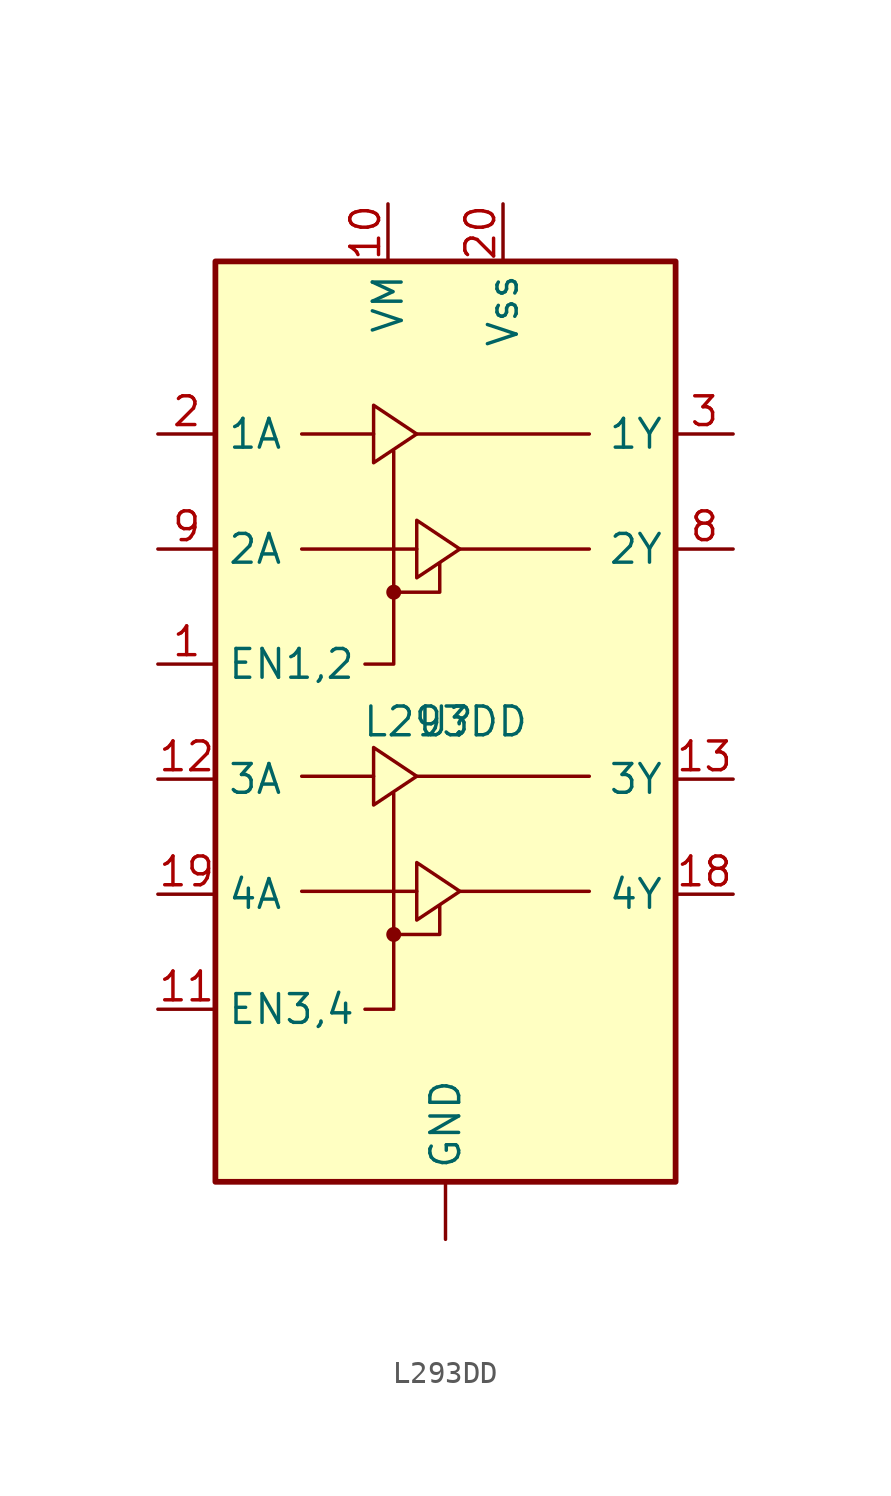
<source format=kicad_sym>
(kicad_symbol_lib
  (version 20220914)
  (generator kicad_symbol_editor)
  (symbol "L293DD"
    (property "Reference" "U"
      (at 0 0 0)
      (effects (font (size 1.27 1.27))))
    (property "Value" "L293DD"
      (at 0 0 0)
      (effects (font (size 1.27 1.27))))
    (symbol "L293DD_0_1"
      (rectangle (start -10.16 20.32) (end 10.16 -20.32) (stroke (width 0.254) (type default)) (fill (type background)))
      (circle (center -2.286 -9.398) (radius 0.254) (stroke (width 0) (type default)) (fill (type outline)))
      (circle (center -2.286 5.715) (radius 0.254) (stroke (width 0) (type default)) (fill (type outline)))
      (polyline (pts (xy -6.35 -7.493) (xy -1.27 -7.493)) (stroke (width 0) (type default)) (fill (type none)))
      (polyline (pts (xy -6.35 -2.413) (xy -3.175 -2.413)) (stroke (width 0) (type default)) (fill (type none)))
      (polyline (pts (xy -6.35 7.62) (xy -1.27 7.62)) (stroke (width 0) (type default)) (fill (type none)))
      (polyline (pts (xy -6.35 12.7) (xy -3.175 12.7)) (stroke (width 0) (type default)) (fill (type none)))
      (polyline (pts (xy -1.27 -2.413) (xy 6.35 -2.413)) (stroke (width 0) (type default)) (fill (type none)))
      (polyline (pts (xy -1.27 12.7) (xy 6.35 12.7)) (stroke (width 0) (type default)) (fill (type none)))
      (polyline (pts (xy 0.635 -7.493) (xy 6.35 -7.493)) (stroke (width 0) (type default)) (fill (type none)))
      (polyline (pts (xy 0.635 7.62) (xy 6.35 7.62)) (stroke (width 0) (type default)) (fill (type none)))
      (polyline (pts (xy -2.286 -9.398) (xy -0.254 -9.398) (xy -0.254 -8.128)) (stroke (width 0) (type default)) (fill (type none)))
      (polyline (pts (xy -2.286 -3.175) (xy -2.286 -12.7) (xy -3.556 -12.7)) (stroke (width 0) (type default)) (fill (type none)))
      (polyline (pts (xy -2.286 5.715) (xy -0.254 5.715) (xy -0.254 6.985)) (stroke (width 0) (type default)) (fill (type none)))
      (polyline (pts (xy -2.286 11.938) (xy -2.286 2.54) (xy -3.556 2.54)) (stroke (width 0) (type default)) (fill (type none)))
      (polyline (pts (xy -3.175 -1.143) (xy -3.175 -3.683) (xy -1.27 -2.413) (xy -3.175 -1.143)) (stroke (width 0) (type default)) (fill (type none)))
      (polyline (pts (xy -3.175 13.97) (xy -3.175 11.43) (xy -1.27 12.7) (xy -3.175 13.97)) (stroke (width 0) (type default)) (fill (type none)))
      (polyline (pts (xy -1.27 -6.223) (xy -1.27 -8.763) (xy 0.635 -7.493) (xy -1.27 -6.223)) (stroke (width 0) (type default)) (fill (type none)))
      (polyline (pts (xy -1.27 8.89) (xy -1.27 6.35) (xy 0.635 7.62) (xy -1.27 8.89)) (stroke (width 0) (type default)) (fill (type none))))
    (symbol "L293DD_1_1"
      (pin power_in line (at 0 -22.86 90) (length 2.54) (name "GND" (effects (font (size 1.27 1.27)))) (number "" (effects (font (size 1.27 1.27)))))
      (pin input line (at -12.7 2.54 0) (length 2.54) (name "EN1,2" (effects (font (size 1.27 1.27)))) (number "1" (effects (font (size 1.27 1.27)))))
      (pin power_in line (at -2.54 22.86 270) (length 2.54) (name "VM" (effects (font (size 1.27 1.27)))) (number "10" (effects (font (size 1.27 1.27)))))
      (pin input line (at -12.7 -12.7 0) (length 2.54) (name "EN3,4" (effects (font (size 1.27 1.27)))) (number "11" (effects (font (size 1.27 1.27)))))
      (pin input line (at -12.7 -2.54 0) (length 2.54) (name "3A" (effects (font (size 1.27 1.27)))) (number "12" (effects (font (size 1.27 1.27)))))
      (pin output line (at 12.7 -2.54 180) (length 2.54) (name "3Y" (effects (font (size 1.27 1.27)))) (number "13" (effects (font (size 1.27 1.27)))))
      (pin power_in line (at 0 -22.86 90) (length 2.54) hide (name "GND" (effects (font (size 1.27 1.27)))) (number "14" (effects (font (size 1.27 1.27)))))
      (pin power_in line (at 0 -22.86 90) (length 2.54) hide (name "GND" (effects (font (size 1.27 1.27)))) (number "15" (effects (font (size 1.27 1.27)))))
      (pin power_in line (at 0 -22.86 90) (length 2.54) hide (name "GND" (effects (font (size 1.27 1.27)))) (number "16" (effects (font (size 1.27 1.27)))))
      (pin power_in line (at 0 -22.86 90) (length 2.54) hide (name "GND" (effects (font (size 1.27 1.27)))) (number "17" (effects (font (size 1.27 1.27)))))
      (pin output line (at 12.7 -7.62 180) (length 2.54) (name "4Y" (effects (font (size 1.27 1.27)))) (number "18" (effects (font (size 1.27 1.27)))))
      (pin input line (at -12.7 -7.62 0) (length 2.54) (name "4A" (effects (font (size 1.27 1.27)))) (number "19" (effects (font (size 1.27 1.27)))))
      (pin input line (at -12.7 12.7 0) (length 2.54) (name "1A" (effects (font (size 1.27 1.27)))) (number "2" (effects (font (size 1.27 1.27)))))
      (pin power_in line (at 2.54 22.86 270) (length 2.54) (name "Vss" (effects (font (size 1.27 1.27)))) (number "20" (effects (font (size 1.27 1.27)))))
      (pin output line (at 12.7 12.7 180) (length 2.54) (name "1Y" (effects (font (size 1.27 1.27)))) (number "3" (effects (font (size 1.27 1.27)))))
      (pin power_in line (at 0 -22.86 90) (length 2.54) hide (name "GND" (effects (font (size 1.27 1.27)))) (number "4" (effects (font (size 1.27 1.27)))))
      (pin power_in line (at 0 -22.86 90) (length 2.54) hide (name "GND" (effects (font (size 1.27 1.27)))) (number "5" (effects (font (size 1.27 1.27)))))
      (pin power_in line (at 0 -22.86 90) (length 2.54) hide (name "GND" (effects (font (size 1.27 1.27)))) (number "6" (effects (font (size 1.27 1.27)))))
      (pin power_in line (at 0 -22.86 90) (length 2.54) hide (name "GND" (effects (font (size 1.27 1.27)))) (number "7" (effects (font (size 1.27 1.27)))))
      (pin output line (at 12.7 7.62 180) (length 2.54) (name "2Y" (effects (font (size 1.27 1.27)))) (number "8" (effects (font (size 1.27 1.27)))))
      (pin input line (at -12.7 7.62 0) (length 2.54) (name "2A" (effects (font (size 1.27 1.27)))) (number "9" (effects (font (size 1.27 1.27))))))))
</source>
